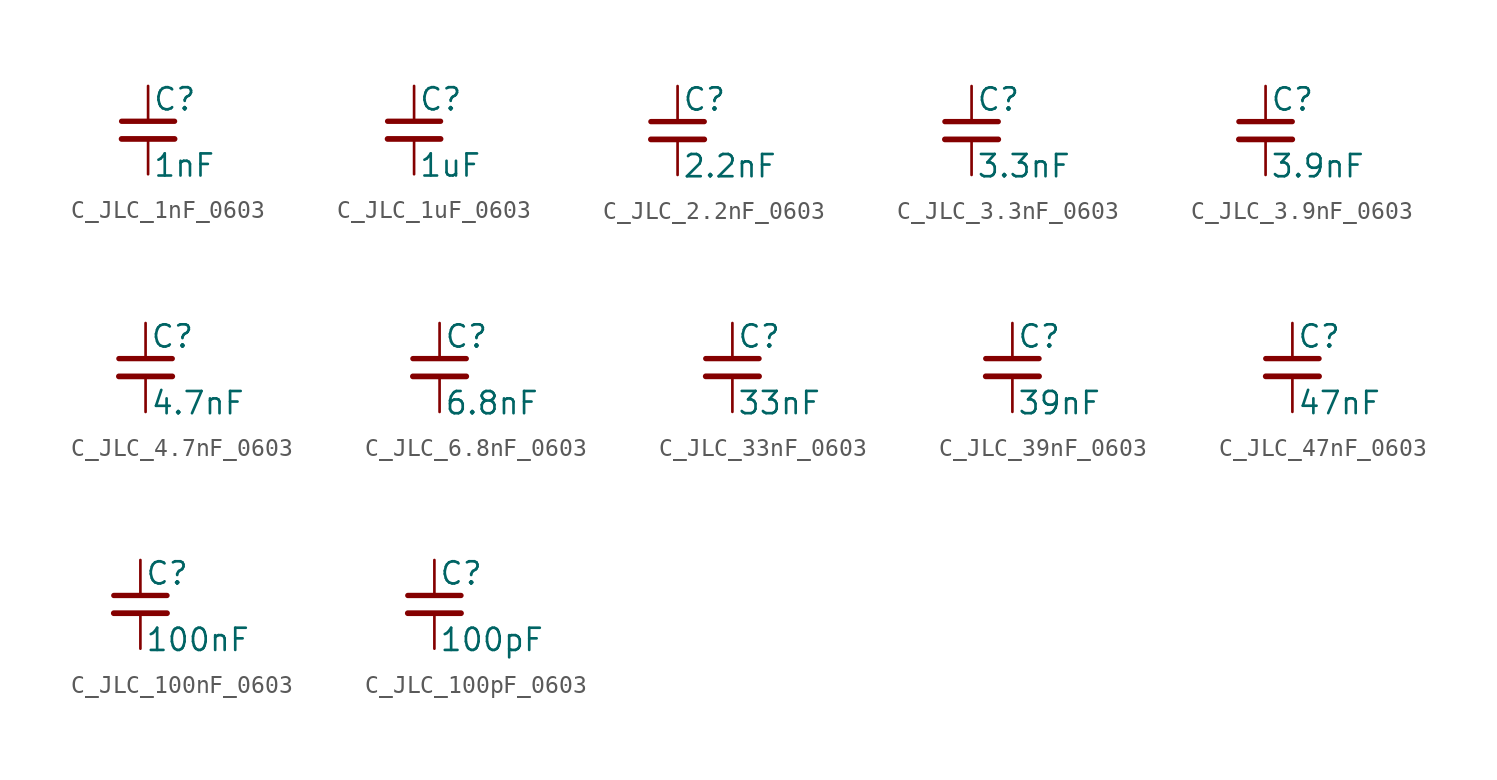
<source format=kicad_sym>
(kicad_symbol_lib
  (version 20231120)
  (generator "kicad_symbol_editor")
  (generator_version "8.0")
  (symbol "C_JLC_1nF_0603"
    (pin_numbers hide)
    (pin_names
      (offset 0.254) hide)
    (property "Reference" "C"
      (at 0.254 1.778 0)
      (effects (font (size 1.27 1.27)) (justify left)))
    (property "Value" "1nF"
      (at 0.254 -2.032 0)
      (effects (font (size 1.27 1.27)) (justify left)))
    (symbol "C_JLC_1nF_0603_0_1"
      (polyline (pts (xy -1.524 -0.508) (xy 1.524 -0.508)) (stroke (width 0.33) (type default)) (fill (type none)))
      (polyline (pts (xy -1.524 0.508) (xy 1.524 0.508)) (stroke (width 0.305) (type default)) (fill (type none))))
    (symbol "C_JLC_1nF_0603_1_1"
      (pin passive line (at 0 2.54 270) (length 2.032) (name "~" (effects (font (size 1.27 1.27)))) (number "1" (effects (font (size 1.27 1.27)))))
      (pin passive line (at 0 -2.54 90) (length 2.032) (name "~" (effects (font (size 1.27 1.27)))) (number "2" (effects (font (size 1.27 1.27)))))))
  (symbol "C_JLC_1uF_0603"
    (pin_numbers hide)
    (pin_names
      (offset 0.254) hide)
    (property "Reference" "C"
      (at 0.254 1.778 0)
      (effects (font (size 1.27 1.27)) (justify left)))
    (property "Value" "1uF"
      (at 0.254 -2.032 0)
      (effects (font (size 1.27 1.27)) (justify left)))
    (symbol "C_JLC_1uF_0603_0_1"
      (polyline (pts (xy -1.524 -0.508) (xy 1.524 -0.508)) (stroke (width 0.33) (type default)) (fill (type none)))
      (polyline (pts (xy -1.524 0.508) (xy 1.524 0.508)) (stroke (width 0.305) (type default)) (fill (type none))))
    (symbol "C_JLC_1uF_0603_1_1"
      (pin passive line (at 0 2.54 270) (length 2.032) (name "~" (effects (font (size 1.27 1.27)))) (number "1" (effects (font (size 1.27 1.27)))))
      (pin passive line (at 0 -2.54 90) (length 2.032) (name "~" (effects (font (size 1.27 1.27)))) (number "2" (effects (font (size 1.27 1.27)))))))
  (symbol "C_JLC_2.2nF_0603"
    (pin_numbers hide)
    (pin_names
      (offset 0.254) hide)
    (property "Reference" "C"
      (at 0.254 1.778 0)
      (effects (font (size 1.27 1.27)) (justify left)))
    (property "Value" "2.2nF"
      (at 0.254 -2.032 0)
      (effects (font (size 1.27 1.27)) (justify left)))
    (symbol "C_JLC_2.2nF_0603_0_1"
      (polyline (pts (xy -1.524 -0.508) (xy 1.524 -0.508)) (stroke (width 0.33) (type default)) (fill (type none)))
      (polyline (pts (xy -1.524 0.508) (xy 1.524 0.508)) (stroke (width 0.305) (type default)) (fill (type none))))
    (symbol "C_JLC_2.2nF_0603_1_1"
      (pin passive line (at 0 2.54 270) (length 2.032) (name "~" (effects (font (size 1.27 1.27)))) (number "1" (effects (font (size 1.27 1.27)))))
      (pin passive line (at 0 -2.54 90) (length 2.032) (name "~" (effects (font (size 1.27 1.27)))) (number "2" (effects (font (size 1.27 1.27)))))))
  (symbol "C_JLC_3.3nF_0603"
    (pin_numbers hide)
    (pin_names
      (offset 0.254) hide)
    (property "Reference" "C"
      (at 0.254 1.778 0)
      (effects (font (size 1.27 1.27)) (justify left)))
    (property "Value" "3.3nF"
      (at 0.254 -2.032 0)
      (effects (font (size 1.27 1.27)) (justify left)))
    (symbol "C_JLC_3.3nF_0603_0_1"
      (polyline (pts (xy -1.524 -0.508) (xy 1.524 -0.508)) (stroke (width 0.33) (type default)) (fill (type none)))
      (polyline (pts (xy -1.524 0.508) (xy 1.524 0.508)) (stroke (width 0.305) (type default)) (fill (type none))))
    (symbol "C_JLC_3.3nF_0603_1_1"
      (pin passive line (at 0 2.54 270) (length 2.032) (name "~" (effects (font (size 1.27 1.27)))) (number "1" (effects (font (size 1.27 1.27)))))
      (pin passive line (at 0 -2.54 90) (length 2.032) (name "~" (effects (font (size 1.27 1.27)))) (number "2" (effects (font (size 1.27 1.27)))))))
  (symbol "C_JLC_3.9nF_0603"
    (pin_numbers hide)
    (pin_names
      (offset 0.254) hide)
    (property "Reference" "C"
      (at 0.254 1.778 0)
      (effects (font (size 1.27 1.27)) (justify left)))
    (property "Value" "3.9nF"
      (at 0.254 -2.032 0)
      (effects (font (size 1.27 1.27)) (justify left)))
    (symbol "C_JLC_3.9nF_0603_0_1"
      (polyline (pts (xy -1.524 -0.508) (xy 1.524 -0.508)) (stroke (width 0.33) (type default)) (fill (type none)))
      (polyline (pts (xy -1.524 0.508) (xy 1.524 0.508)) (stroke (width 0.305) (type default)) (fill (type none))))
    (symbol "C_JLC_3.9nF_0603_1_1"
      (pin passive line (at 0 2.54 270) (length 2.032) (name "~" (effects (font (size 1.27 1.27)))) (number "1" (effects (font (size 1.27 1.27)))))
      (pin passive line (at 0 -2.54 90) (length 2.032) (name "~" (effects (font (size 1.27 1.27)))) (number "2" (effects (font (size 1.27 1.27)))))))
  (symbol "C_JLC_4.7nF_0603"
    (pin_numbers hide)
    (pin_names
      (offset 0.254) hide)
    (property "Reference" "C"
      (at 0.254 1.778 0)
      (effects (font (size 1.27 1.27)) (justify left)))
    (property "Value" "4.7nF"
      (at 0.254 -2.032 0)
      (effects (font (size 1.27 1.27)) (justify left)))
    (symbol "C_JLC_4.7nF_0603_0_1"
      (polyline (pts (xy -1.524 -0.508) (xy 1.524 -0.508)) (stroke (width 0.33) (type default)) (fill (type none)))
      (polyline (pts (xy -1.524 0.508) (xy 1.524 0.508)) (stroke (width 0.305) (type default)) (fill (type none))))
    (symbol "C_JLC_4.7nF_0603_1_1"
      (pin passive line (at 0 2.54 270) (length 2.032) (name "~" (effects (font (size 1.27 1.27)))) (number "1" (effects (font (size 1.27 1.27)))))
      (pin passive line (at 0 -2.54 90) (length 2.032) (name "~" (effects (font (size 1.27 1.27)))) (number "2" (effects (font (size 1.27 1.27)))))))
  (symbol "C_JLC_6.8nF_0603"
    (pin_numbers hide)
    (pin_names
      (offset 0.254) hide)
    (property "Reference" "C"
      (at 0.254 1.778 0)
      (effects (font (size 1.27 1.27)) (justify left)))
    (property "Value" "6.8nF"
      (at 0.254 -2.032 0)
      (effects (font (size 1.27 1.27)) (justify left)))
    (symbol "C_JLC_6.8nF_0603_0_1"
      (polyline (pts (xy -1.524 -0.508) (xy 1.524 -0.508)) (stroke (width 0.33) (type default)) (fill (type none)))
      (polyline (pts (xy -1.524 0.508) (xy 1.524 0.508)) (stroke (width 0.305) (type default)) (fill (type none))))
    (symbol "C_JLC_6.8nF_0603_1_1"
      (pin passive line (at 0 2.54 270) (length 2.032) (name "~" (effects (font (size 1.27 1.27)))) (number "1" (effects (font (size 1.27 1.27)))))
      (pin passive line (at 0 -2.54 90) (length 2.032) (name "~" (effects (font (size 1.27 1.27)))) (number "2" (effects (font (size 1.27 1.27)))))))
  (symbol "C_JLC_33nF_0603"
    (pin_numbers hide)
    (pin_names
      (offset 0.254) hide)
    (property "Reference" "C"
      (at 0.254 1.778 0)
      (effects (font (size 1.27 1.27)) (justify left)))
    (property "Value" "33nF"
      (at 0.254 -2.032 0)
      (effects (font (size 1.27 1.27)) (justify left)))
    (symbol "C_JLC_33nF_0603_0_1"
      (polyline (pts (xy -1.524 -0.508) (xy 1.524 -0.508)) (stroke (width 0.33) (type default)) (fill (type none)))
      (polyline (pts (xy -1.524 0.508) (xy 1.524 0.508)) (stroke (width 0.305) (type default)) (fill (type none))))
    (symbol "C_JLC_33nF_0603_1_1"
      (pin passive line (at 0 2.54 270) (length 2.032) (name "~" (effects (font (size 1.27 1.27)))) (number "1" (effects (font (size 1.27 1.27)))))
      (pin passive line (at 0 -2.54 90) (length 2.032) (name "~" (effects (font (size 1.27 1.27)))) (number "2" (effects (font (size 1.27 1.27)))))))
  (symbol "C_JLC_39nF_0603"
    (pin_numbers hide)
    (pin_names
      (offset 0.254) hide)
    (property "Reference" "C"
      (at 0.254 1.778 0)
      (effects (font (size 1.27 1.27)) (justify left)))
    (property "Value" "39nF"
      (at 0.254 -2.032 0)
      (effects (font (size 1.27 1.27)) (justify left)))
    (symbol "C_JLC_39nF_0603_0_1"
      (polyline (pts (xy -1.524 -0.508) (xy 1.524 -0.508)) (stroke (width 0.33) (type default)) (fill (type none)))
      (polyline (pts (xy -1.524 0.508) (xy 1.524 0.508)) (stroke (width 0.305) (type default)) (fill (type none))))
    (symbol "C_JLC_39nF_0603_1_1"
      (pin passive line (at 0 2.54 270) (length 2.032) (name "~" (effects (font (size 1.27 1.27)))) (number "1" (effects (font (size 1.27 1.27)))))
      (pin passive line (at 0 -2.54 90) (length 2.032) (name "~" (effects (font (size 1.27 1.27)))) (number "2" (effects (font (size 1.27 1.27)))))))
  (symbol "C_JLC_47nF_0603"
    (pin_numbers hide)
    (pin_names
      (offset 0.254) hide)
    (property "Reference" "C"
      (at 0.254 1.778 0)
      (effects (font (size 1.27 1.27)) (justify left)))
    (property "Value" "47nF"
      (at 0.254 -2.032 0)
      (effects (font (size 1.27 1.27)) (justify left)))
    (symbol "C_JLC_47nF_0603_0_1"
      (polyline (pts (xy -1.524 -0.508) (xy 1.524 -0.508)) (stroke (width 0.33) (type default)) (fill (type none)))
      (polyline (pts (xy -1.524 0.508) (xy 1.524 0.508)) (stroke (width 0.305) (type default)) (fill (type none))))
    (symbol "C_JLC_47nF_0603_1_1"
      (pin passive line (at 0 2.54 270) (length 2.032) (name "~" (effects (font (size 1.27 1.27)))) (number "1" (effects (font (size 1.27 1.27)))))
      (pin passive line (at 0 -2.54 90) (length 2.032) (name "~" (effects (font (size 1.27 1.27)))) (number "2" (effects (font (size 1.27 1.27)))))))
  (symbol "C_JLC_100nF_0603"
    (pin_numbers hide)
    (pin_names
      (offset 0.254) hide)
    (property "Reference" "C"
      (at 0.254 1.778 0)
      (effects (font (size 1.27 1.27)) (justify left)))
    (property "Value" "100nF"
      (at 0.254 -2.032 0)
      (effects (font (size 1.27 1.27)) (justify left)))
    (symbol "C_JLC_100nF_0603_0_1"
      (polyline (pts (xy -1.524 -0.508) (xy 1.524 -0.508)) (stroke (width 0.33) (type default)) (fill (type none)))
      (polyline (pts (xy -1.524 0.508) (xy 1.524 0.508)) (stroke (width 0.305) (type default)) (fill (type none))))
    (symbol "C_JLC_100nF_0603_1_1"
      (pin passive line (at 0 2.54 270) (length 2.032) (name "~" (effects (font (size 1.27 1.27)))) (number "1" (effects (font (size 1.27 1.27)))))
      (pin passive line (at 0 -2.54 90) (length 2.032) (name "~" (effects (font (size 1.27 1.27)))) (number "2" (effects (font (size 1.27 1.27)))))))
  (symbol "C_JLC_100pF_0603"
    (pin_numbers hide)
    (pin_names
      (offset 0.254) hide)
    (property "Reference" "C"
      (at 0.254 1.778 0)
      (effects (font (size 1.27 1.27)) (justify left)))
    (property "Value" "100pF"
      (at 0.254 -2.032 0)
      (effects (font (size 1.27 1.27)) (justify left)))
    (symbol "C_JLC_100pF_0603_0_1"
      (polyline (pts (xy -1.524 -0.508) (xy 1.524 -0.508)) (stroke (width 0.33) (type default)) (fill (type none)))
      (polyline (pts (xy -1.524 0.508) (xy 1.524 0.508)) (stroke (width 0.305) (type default)) (fill (type none))))
    (symbol "C_JLC_100pF_0603_1_1"
      (pin passive line (at 0 2.54 270) (length 2.032) (name "~" (effects (font (size 1.27 1.27)))) (number "1" (effects (font (size 1.27 1.27)))))
      (pin passive line (at 0 -2.54 90) (length 2.032) (name "~" (effects (font (size 1.27 1.27)))) (number "2" (effects (font (size 1.27 1.27))))))))
</source>
